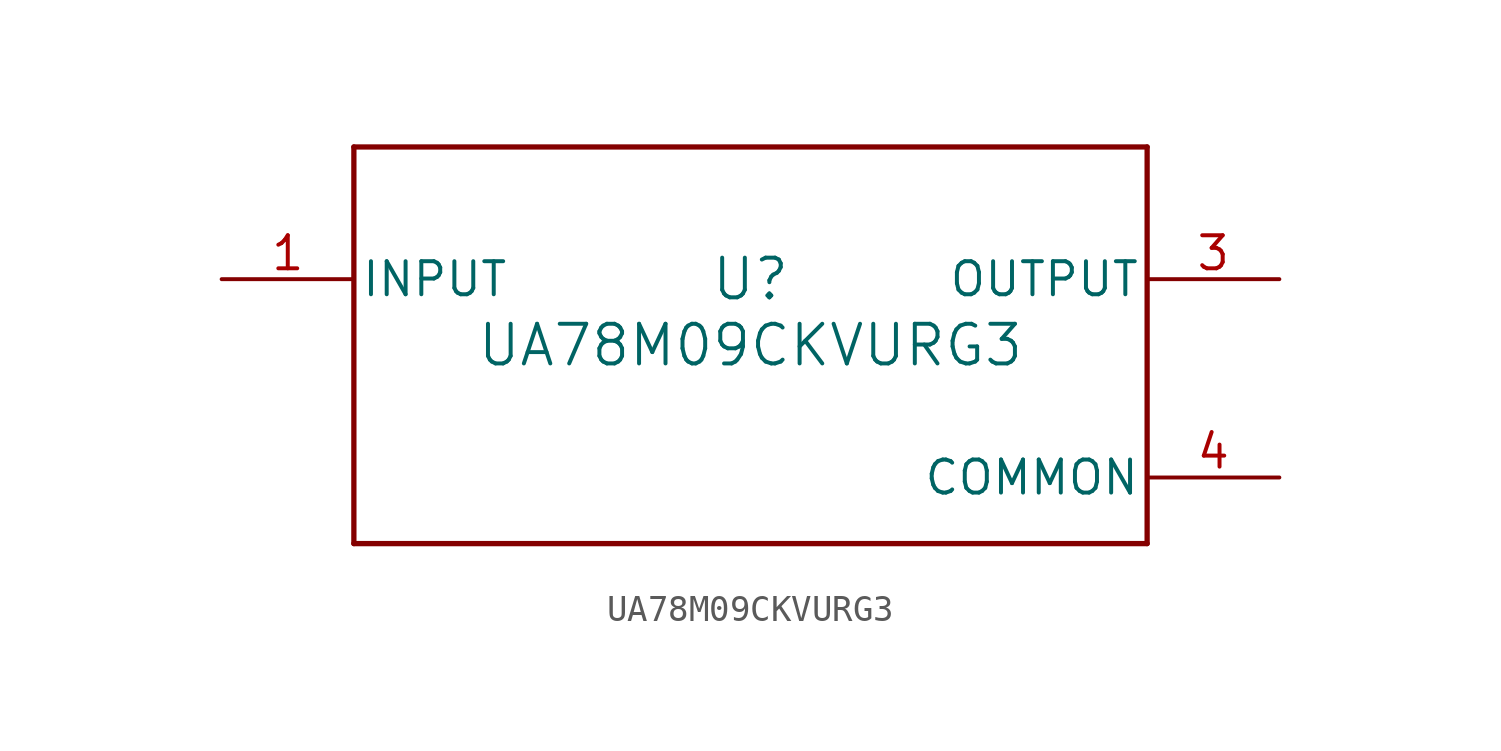
<source format=kicad_sym>
(kicad_symbol_lib
  (version 20211014)
  (generator kicad_symbol_editor)
  (symbol "UA78M09CKVURG3"
    (pin_names
      (offset 0.254))
    (property "Reference" "U"
      (at 0 2.54 0)
      (effects (font (size 1.524 1.524))))
    (property "Value" "UA78M09CKVURG3"
      (at 0 0 0)
      (effects (font (size 1.524 1.524))))
    (symbol "UA78M09CKVURG3_0_1"
      (polyline (pts (xy -15.24 -7.62) (xy 15.24 -7.62)) (stroke (width 0.203) (type default) (color 0 0 0 0)) (fill (type none)))
      (polyline (pts (xy 15.24 -7.62) (xy 15.24 7.62)) (stroke (width 0.203) (type default) (color 0 0 0 0)) (fill (type none)))
      (polyline (pts (xy 15.24 7.62) (xy -15.24 7.62)) (stroke (width 0.203) (type default) (color 0 0 0 0)) (fill (type none)))
      (polyline (pts (xy -15.24 7.62) (xy -15.24 -7.62)) (stroke (width 0.203) (type default) (color 0 0 0 0)) (fill (type none)))
      (pin power_in line (at -20.32 2.54 0) (length 5.08) (name "INPUT" (effects (font (size 1.27 1.27)))) (number "1" (effects (font (size 1.27 1.27)))))
      (pin power_in line (at 20.32 2.54 180) (length 5.08) (name "OUTPUT" (effects (font (size 1.27 1.27)))) (number "3" (effects (font (size 1.27 1.27)))))
      (pin power_in line (at 20.32 -5.08 180) (length 5.08) (name "COMMON" (effects (font (size 1.27 1.27)))) (number "4" (effects (font (size 1.27 1.27))))))))
</source>
